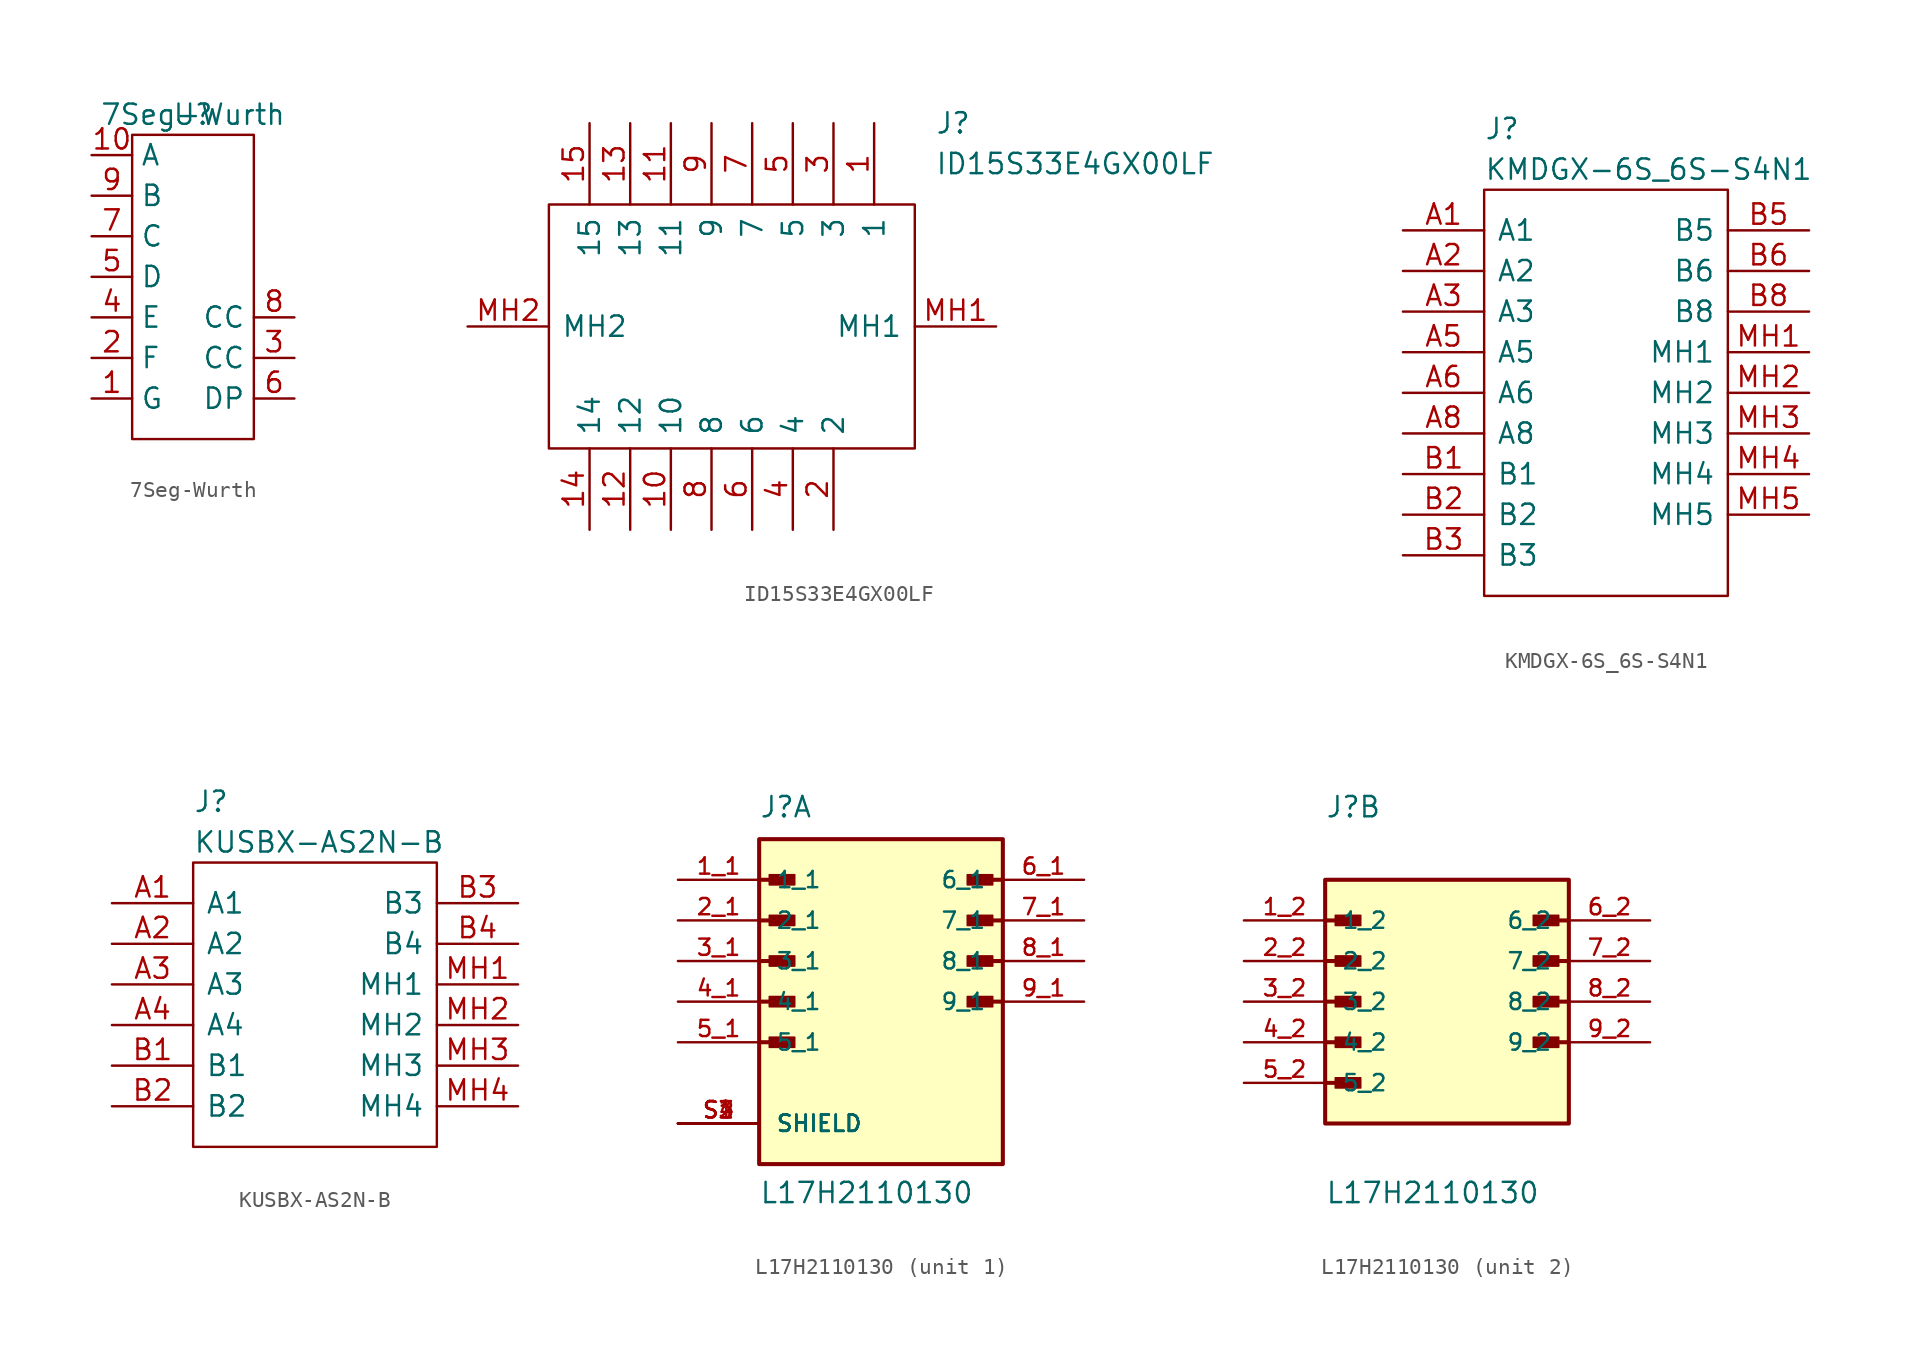
<source format=kicad_sym>
(kicad_symbol_lib
  (version 20211014)
  (generator kicad_symbol_editor)
  (symbol "7Seg-Wurth"
    (property "Reference" "U"
      (at 0 0 0)
      (effects (font (size 1.27 1.27))))
    (property "Value" "7Seg-Wurth"
      (at 0 0 0)
      (effects (font (size 1.27 1.27))))
    (symbol "7Seg-Wurth_0_1"
      (rectangle (start -3.81 -1.27) (end 3.81 -20.32) (stroke (width 0.152) (type default) (color 0 0 0 0)) (fill (type none))))
    (symbol "7Seg-Wurth_1_1"
      (pin input line (at -6.35 -17.78 0) (length 2.54) (name "G" (effects (font (size 1.27 1.27)))) (number "1" (effects (font (size 1.27 1.27)))))
      (pin input line (at -6.35 -2.54 0) (length 2.54) (name "A" (effects (font (size 1.27 1.27)))) (number "10" (effects (font (size 1.27 1.27)))))
      (pin input line (at -6.35 -15.24 0) (length 2.54) (name "F" (effects (font (size 1.27 1.27)))) (number "2" (effects (font (size 1.27 1.27)))))
      (pin input line (at 6.35 -15.24 180) (length 2.54) (name "CC" (effects (font (size 1.27 1.27)))) (number "3" (effects (font (size 1.27 1.27)))))
      (pin input line (at -6.35 -12.7 0) (length 2.54) (name "E" (effects (font (size 1.27 1.27)))) (number "4" (effects (font (size 1.27 1.27)))))
      (pin input line (at -6.35 -10.16 0) (length 2.54) (name "D" (effects (font (size 1.27 1.27)))) (number "5" (effects (font (size 1.27 1.27)))))
      (pin input line (at 6.35 -17.78 180) (length 2.54) (name "DP" (effects (font (size 1.27 1.27)))) (number "6" (effects (font (size 1.27 1.27)))))
      (pin input line (at -6.35 -7.62 0) (length 2.54) (name "C" (effects (font (size 1.27 1.27)))) (number "7" (effects (font (size 1.27 1.27)))))
      (pin input line (at 6.35 -12.7 180) (length 2.54) (name "CC" (effects (font (size 1.27 1.27)))) (number "8" (effects (font (size 1.27 1.27)))))
      (pin input line (at -6.35 -5.08 0) (length 2.54) (name "B" (effects (font (size 1.27 1.27)))) (number "9" (effects (font (size 1.27 1.27)))))))
  (symbol "ID15S33E4GX00LF"
    (pin_names
      (offset 0.762))
    (property "Reference" "J"
      (at 29.21 12.7 0)
      (effects (font (size 1.27 1.27)) (justify left)))
    (property "Value" "ID15S33E4GX00LF"
      (at 29.21 10.16 0)
      (effects (font (size 1.27 1.27)) (justify left)))
    (symbol "ID15S33E4GX00LF_0_0"
      (pin passive line (at 25.4 12.7 270) (length 5.08) (name "1" (effects (font (size 1.27 1.27)))) (number "1" (effects (font (size 1.27 1.27)))))
      (pin passive line (at 12.7 -12.7 90) (length 5.08) (name "10" (effects (font (size 1.27 1.27)))) (number "10" (effects (font (size 1.27 1.27)))))
      (pin passive line (at 12.7 12.7 270) (length 5.08) (name "11" (effects (font (size 1.27 1.27)))) (number "11" (effects (font (size 1.27 1.27)))))
      (pin passive line (at 10.16 -12.7 90) (length 5.08) (name "12" (effects (font (size 1.27 1.27)))) (number "12" (effects (font (size 1.27 1.27)))))
      (pin passive line (at 10.16 12.7 270) (length 5.08) (name "13" (effects (font (size 1.27 1.27)))) (number "13" (effects (font (size 1.27 1.27)))))
      (pin passive line (at 7.62 -12.7 90) (length 5.08) (name "14" (effects (font (size 1.27 1.27)))) (number "14" (effects (font (size 1.27 1.27)))))
      (pin passive line (at 7.62 12.7 270) (length 5.08) (name "15" (effects (font (size 1.27 1.27)))) (number "15" (effects (font (size 1.27 1.27)))))
      (pin passive line (at 22.86 -12.7 90) (length 5.08) (name "2" (effects (font (size 1.27 1.27)))) (number "2" (effects (font (size 1.27 1.27)))))
      (pin passive line (at 22.86 12.7 270) (length 5.08) (name "3" (effects (font (size 1.27 1.27)))) (number "3" (effects (font (size 1.27 1.27)))))
      (pin passive line (at 20.32 -12.7 90) (length 5.08) (name "4" (effects (font (size 1.27 1.27)))) (number "4" (effects (font (size 1.27 1.27)))))
      (pin passive line (at 20.32 12.7 270) (length 5.08) (name "5" (effects (font (size 1.27 1.27)))) (number "5" (effects (font (size 1.27 1.27)))))
      (pin passive line (at 17.78 -12.7 90) (length 5.08) (name "6" (effects (font (size 1.27 1.27)))) (number "6" (effects (font (size 1.27 1.27)))))
      (pin passive line (at 17.78 12.7 270) (length 5.08) (name "7" (effects (font (size 1.27 1.27)))) (number "7" (effects (font (size 1.27 1.27)))))
      (pin passive line (at 15.24 -12.7 90) (length 5.08) (name "8" (effects (font (size 1.27 1.27)))) (number "8" (effects (font (size 1.27 1.27)))))
      (pin passive line (at 15.24 12.7 270) (length 5.08) (name "9" (effects (font (size 1.27 1.27)))) (number "9" (effects (font (size 1.27 1.27)))))
      (pin passive line (at 33.02 0 180) (length 5.08) (name "MH1" (effects (font (size 1.27 1.27)))) (number "MH1" (effects (font (size 1.27 1.27)))))
      (pin passive line (at 0 0 0) (length 5.08) (name "MH2" (effects (font (size 1.27 1.27)))) (number "MH2" (effects (font (size 1.27 1.27))))))
    (symbol "ID15S33E4GX00LF_0_1"
      (polyline (pts (xy 5.08 7.62) (xy 27.94 7.62) (xy 27.94 -7.62) (xy 5.08 -7.62) (xy 5.08 7.62)) (stroke (width 0.152) (type default) (color 0 0 0 0)) (fill (type none)))))
  (symbol "KMDGX-6S_6S-S4N1"
    (pin_names
      (offset 0.762))
    (property "Reference" "J"
      (at 5.08 6.35 0)
      (effects (font (size 1.27 1.27)) (justify left)))
    (property "Value" "KMDGX-6S_6S-S4N1"
      (at 5.08 3.81 0)
      (effects (font (size 1.27 1.27)) (justify left)))
    (symbol "KMDGX-6S_6S-S4N1_0_0"
      (pin passive line (at 0 0 0) (length 5.08) (name "A1" (effects (font (size 1.27 1.27)))) (number "A1" (effects (font (size 1.27 1.27)))))
      (pin passive line (at 0 -2.54 0) (length 5.08) (name "A2" (effects (font (size 1.27 1.27)))) (number "A2" (effects (font (size 1.27 1.27)))))
      (pin passive line (at 0 -5.08 0) (length 5.08) (name "A3" (effects (font (size 1.27 1.27)))) (number "A3" (effects (font (size 1.27 1.27)))))
      (pin passive line (at 0 -7.62 0) (length 5.08) (name "A5" (effects (font (size 1.27 1.27)))) (number "A5" (effects (font (size 1.27 1.27)))))
      (pin passive line (at 0 -10.16 0) (length 5.08) (name "A6" (effects (font (size 1.27 1.27)))) (number "A6" (effects (font (size 1.27 1.27)))))
      (pin passive line (at 0 -12.7 0) (length 5.08) (name "A8" (effects (font (size 1.27 1.27)))) (number "A8" (effects (font (size 1.27 1.27)))))
      (pin passive line (at 0 -15.24 0) (length 5.08) (name "B1" (effects (font (size 1.27 1.27)))) (number "B1" (effects (font (size 1.27 1.27)))))
      (pin passive line (at 0 -17.78 0) (length 5.08) (name "B2" (effects (font (size 1.27 1.27)))) (number "B2" (effects (font (size 1.27 1.27)))))
      (pin passive line (at 0 -20.32 0) (length 5.08) (name "B3" (effects (font (size 1.27 1.27)))) (number "B3" (effects (font (size 1.27 1.27)))))
      (pin passive line (at 25.4 0 180) (length 5.08) (name "B5" (effects (font (size 1.27 1.27)))) (number "B5" (effects (font (size 1.27 1.27)))))
      (pin passive line (at 25.4 -2.54 180) (length 5.08) (name "B6" (effects (font (size 1.27 1.27)))) (number "B6" (effects (font (size 1.27 1.27)))))
      (pin passive line (at 25.4 -5.08 180) (length 5.08) (name "B8" (effects (font (size 1.27 1.27)))) (number "B8" (effects (font (size 1.27 1.27)))))
      (pin passive line (at 25.4 -7.62 180) (length 5.08) (name "MH1" (effects (font (size 1.27 1.27)))) (number "MH1" (effects (font (size 1.27 1.27)))))
      (pin passive line (at 25.4 -10.16 180) (length 5.08) (name "MH2" (effects (font (size 1.27 1.27)))) (number "MH2" (effects (font (size 1.27 1.27)))))
      (pin passive line (at 25.4 -12.7 180) (length 5.08) (name "MH3" (effects (font (size 1.27 1.27)))) (number "MH3" (effects (font (size 1.27 1.27)))))
      (pin passive line (at 25.4 -15.24 180) (length 5.08) (name "MH4" (effects (font (size 1.27 1.27)))) (number "MH4" (effects (font (size 1.27 1.27)))))
      (pin passive line (at 25.4 -17.78 180) (length 5.08) (name "MH5" (effects (font (size 1.27 1.27)))) (number "MH5" (effects (font (size 1.27 1.27))))))
    (symbol "KMDGX-6S_6S-S4N1_0_1"
      (polyline (pts (xy 5.08 2.54) (xy 20.32 2.54) (xy 20.32 -22.86) (xy 5.08 -22.86) (xy 5.08 2.54)) (stroke (width 0.152) (type default) (color 0 0 0 0)) (fill (type none)))))
  (symbol "KUSBX-AS2N-B"
    (pin_names
      (offset 0.762))
    (property "Reference" "J"
      (at 5.08 6.35 0)
      (effects (font (size 1.27 1.27)) (justify left)))
    (property "Value" "KUSBX-AS2N-B"
      (at 5.08 3.81 0)
      (effects (font (size 1.27 1.27)) (justify left)))
    (symbol "KUSBX-AS2N-B_0_0"
      (pin passive line (at 0 0 0) (length 5.08) (name "A1" (effects (font (size 1.27 1.27)))) (number "A1" (effects (font (size 1.27 1.27)))))
      (pin passive line (at 0 -2.54 0) (length 5.08) (name "A2" (effects (font (size 1.27 1.27)))) (number "A2" (effects (font (size 1.27 1.27)))))
      (pin passive line (at 0 -5.08 0) (length 5.08) (name "A3" (effects (font (size 1.27 1.27)))) (number "A3" (effects (font (size 1.27 1.27)))))
      (pin passive line (at 0 -7.62 0) (length 5.08) (name "A4" (effects (font (size 1.27 1.27)))) (number "A4" (effects (font (size 1.27 1.27)))))
      (pin passive line (at 0 -10.16 0) (length 5.08) (name "B1" (effects (font (size 1.27 1.27)))) (number "B1" (effects (font (size 1.27 1.27)))))
      (pin passive line (at 0 -12.7 0) (length 5.08) (name "B2" (effects (font (size 1.27 1.27)))) (number "B2" (effects (font (size 1.27 1.27)))))
      (pin passive line (at 25.4 0 180) (length 5.08) (name "B3" (effects (font (size 1.27 1.27)))) (number "B3" (effects (font (size 1.27 1.27)))))
      (pin passive line (at 25.4 -2.54 180) (length 5.08) (name "B4" (effects (font (size 1.27 1.27)))) (number "B4" (effects (font (size 1.27 1.27)))))
      (pin passive line (at 25.4 -5.08 180) (length 5.08) (name "MH1" (effects (font (size 1.27 1.27)))) (number "MH1" (effects (font (size 1.27 1.27)))))
      (pin passive line (at 25.4 -7.62 180) (length 5.08) (name "MH2" (effects (font (size 1.27 1.27)))) (number "MH2" (effects (font (size 1.27 1.27)))))
      (pin passive line (at 25.4 -10.16 180) (length 5.08) (name "MH3" (effects (font (size 1.27 1.27)))) (number "MH3" (effects (font (size 1.27 1.27)))))
      (pin passive line (at 25.4 -12.7 180) (length 5.08) (name "MH4" (effects (font (size 1.27 1.27)))) (number "MH4" (effects (font (size 1.27 1.27))))))
    (symbol "KUSBX-AS2N-B_0_1"
      (polyline (pts (xy 5.08 2.54) (xy 20.32 2.54) (xy 20.32 -15.24) (xy 5.08 -15.24) (xy 5.08 2.54)) (stroke (width 0.152) (type default) (color 0 0 0 0)) (fill (type none)))))
  (symbol "L17H2110130"
    (pin_names
      (offset 1.016))
    (property "Reference" "J"
      (at -7.62 11.43 0)
      (effects (font (size 1.27 1.27)) (justify left bottom)))
    (property "Value" "L17H2110130"
      (at -7.62 -12.7 0)
      (effects (font (size 1.27 1.27)) (justify left bottom)))
    (symbol "L17H2110130_1_0"
      (rectangle (start -7.62 -10.16) (end 7.62 10.16) (stroke (width 0.254) (type default) (color 0 0 0 0)) (fill (type background)))
      (rectangle (start -6.985 -2.857) (end -5.397 -2.223) (stroke (width 0.1) (type default) (color 0 0 0 0)) (fill (type outline)))
      (rectangle (start -6.985 -0.318) (end -5.397 0.318) (stroke (width 0.1) (type default) (color 0 0 0 0)) (fill (type outline)))
      (rectangle (start -6.985 2.223) (end -5.397 2.857) (stroke (width 0.1) (type default) (color 0 0 0 0)) (fill (type outline)))
      (rectangle (start -6.985 4.763) (end -5.397 5.397) (stroke (width 0.1) (type default) (color 0 0 0 0)) (fill (type outline)))
      (rectangle (start -6.985 7.303) (end -5.397 7.938) (stroke (width 0.1) (type default) (color 0 0 0 0)) (fill (type outline)))
      (polyline (pts (xy -7.62 -2.54) (xy -5.715 -2.54)) (stroke (width 0.254) (type default) (color 0 0 0 0)) (fill (type none)))
      (polyline (pts (xy -7.62 0) (xy -5.715 0)) (stroke (width 0.254) (type default) (color 0 0 0 0)) (fill (type none)))
      (polyline (pts (xy -7.62 2.54) (xy -5.715 2.54)) (stroke (width 0.254) (type default) (color 0 0 0 0)) (fill (type none)))
      (polyline (pts (xy -7.62 5.08) (xy -5.715 5.08)) (stroke (width 0.254) (type default) (color 0 0 0 0)) (fill (type none)))
      (polyline (pts (xy -7.62 7.62) (xy -5.715 7.62)) (stroke (width 0.254) (type default) (color 0 0 0 0)) (fill (type none)))
      (polyline (pts (xy 7.62 0) (xy 5.715 0)) (stroke (width 0.254) (type default) (color 0 0 0 0)) (fill (type none)))
      (polyline (pts (xy 7.62 2.54) (xy 5.715 2.54)) (stroke (width 0.254) (type default) (color 0 0 0 0)) (fill (type none)))
      (polyline (pts (xy 7.62 5.08) (xy 5.715 5.08)) (stroke (width 0.254) (type default) (color 0 0 0 0)) (fill (type none)))
      (polyline (pts (xy 7.62 7.62) (xy 5.715 7.62)) (stroke (width 0.254) (type default) (color 0 0 0 0)) (fill (type none)))
      (rectangle (start 5.397 -0.318) (end 6.985 0.318) (stroke (width 0.1) (type default) (color 0 0 0 0)) (fill (type outline)))
      (rectangle (start 5.397 2.223) (end 6.985 2.857) (stroke (width 0.1) (type default) (color 0 0 0 0)) (fill (type outline)))
      (rectangle (start 5.397 4.763) (end 6.985 5.397) (stroke (width 0.1) (type default) (color 0 0 0 0)) (fill (type outline)))
      (rectangle (start 5.397 7.303) (end 6.985 7.938) (stroke (width 0.1) (type default) (color 0 0 0 0)) (fill (type outline)))
      (pin passive line (at -12.7 7.62 0) (length 5.08) (name "1_1" (effects (font (size 1.016 1.016)))) (number "1_1" (effects (font (size 1.016 1.016)))))
      (pin passive line (at -12.7 5.08 0) (length 5.08) (name "2_1" (effects (font (size 1.016 1.016)))) (number "2_1" (effects (font (size 1.016 1.016)))))
      (pin passive line (at -12.7 2.54 0) (length 5.08) (name "3_1" (effects (font (size 1.016 1.016)))) (number "3_1" (effects (font (size 1.016 1.016)))))
      (pin passive line (at -12.7 0 0) (length 5.08) (name "4_1" (effects (font (size 1.016 1.016)))) (number "4_1" (effects (font (size 1.016 1.016)))))
      (pin passive line (at -12.7 -2.54 0) (length 5.08) (name "5_1" (effects (font (size 1.016 1.016)))) (number "5_1" (effects (font (size 1.016 1.016)))))
      (pin passive line (at 12.7 7.62 180) (length 5.08) (name "6_1" (effects (font (size 1.016 1.016)))) (number "6_1" (effects (font (size 1.016 1.016)))))
      (pin passive line (at 12.7 5.08 180) (length 5.08) (name "7_1" (effects (font (size 1.016 1.016)))) (number "7_1" (effects (font (size 1.016 1.016)))))
      (pin passive line (at 12.7 2.54 180) (length 5.08) (name "8_1" (effects (font (size 1.016 1.016)))) (number "8_1" (effects (font (size 1.016 1.016)))))
      (pin passive line (at 12.7 0 180) (length 5.08) (name "9_1" (effects (font (size 1.016 1.016)))) (number "9_1" (effects (font (size 1.016 1.016)))))
      (pin passive line (at -12.7 -7.62 0) (length 5.08) (name "SHIELD" (effects (font (size 1.016 1.016)))) (number "S1" (effects (font (size 1.016 1.016)))))
      (pin passive line (at -12.7 -7.62 0) (length 5.08) (name "SHIELD" (effects (font (size 1.016 1.016)))) (number "S2" (effects (font (size 1.016 1.016)))))
      (pin passive line (at -12.7 -7.62 0) (length 5.08) (name "SHIELD" (effects (font (size 1.016 1.016)))) (number "S3" (effects (font (size 1.016 1.016)))))
      (pin passive line (at -12.7 -7.62 0) (length 5.08) (name "SHIELD" (effects (font (size 1.016 1.016)))) (number "S4" (effects (font (size 1.016 1.016))))))
    (symbol "L17H2110130_2_0"
      (rectangle (start -7.62 -7.62) (end 7.62 7.62) (stroke (width 0.254) (type default) (color 0 0 0 0)) (fill (type background)))
      (rectangle (start -6.985 -5.397) (end -5.397 -4.763) (stroke (width 0.1) (type default) (color 0 0 0 0)) (fill (type outline)))
      (rectangle (start -6.985 -2.857) (end -5.397 -2.223) (stroke (width 0.1) (type default) (color 0 0 0 0)) (fill (type outline)))
      (rectangle (start -6.985 -0.318) (end -5.397 0.318) (stroke (width 0.1) (type default) (color 0 0 0 0)) (fill (type outline)))
      (rectangle (start -6.985 2.223) (end -5.397 2.857) (stroke (width 0.1) (type default) (color 0 0 0 0)) (fill (type outline)))
      (rectangle (start -6.985 4.763) (end -5.397 5.397) (stroke (width 0.1) (type default) (color 0 0 0 0)) (fill (type outline)))
      (polyline (pts (xy -7.62 -5.08) (xy -5.715 -5.08)) (stroke (width 0.254) (type default) (color 0 0 0 0)) (fill (type none)))
      (polyline (pts (xy -7.62 -2.54) (xy -5.715 -2.54)) (stroke (width 0.254) (type default) (color 0 0 0 0)) (fill (type none)))
      (polyline (pts (xy -7.62 0) (xy -5.715 0)) (stroke (width 0.254) (type default) (color 0 0 0 0)) (fill (type none)))
      (polyline (pts (xy -7.62 2.54) (xy -5.715 2.54)) (stroke (width 0.254) (type default) (color 0 0 0 0)) (fill (type none)))
      (polyline (pts (xy -7.62 5.08) (xy -5.715 5.08)) (stroke (width 0.254) (type default) (color 0 0 0 0)) (fill (type none)))
      (polyline (pts (xy 7.62 -2.54) (xy 5.715 -2.54)) (stroke (width 0.254) (type default) (color 0 0 0 0)) (fill (type none)))
      (polyline (pts (xy 7.62 0) (xy 5.715 0)) (stroke (width 0.254) (type default) (color 0 0 0 0)) (fill (type none)))
      (polyline (pts (xy 7.62 2.54) (xy 5.715 2.54)) (stroke (width 0.254) (type default) (color 0 0 0 0)) (fill (type none)))
      (polyline (pts (xy 7.62 5.08) (xy 5.715 5.08)) (stroke (width 0.254) (type default) (color 0 0 0 0)) (fill (type none)))
      (rectangle (start 5.397 -2.857) (end 6.985 -2.223) (stroke (width 0.1) (type default) (color 0 0 0 0)) (fill (type outline)))
      (rectangle (start 5.397 -0.318) (end 6.985 0.318) (stroke (width 0.1) (type default) (color 0 0 0 0)) (fill (type outline)))
      (rectangle (start 5.397 2.223) (end 6.985 2.857) (stroke (width 0.1) (type default) (color 0 0 0 0)) (fill (type outline)))
      (rectangle (start 5.397 4.763) (end 6.985 5.397) (stroke (width 0.1) (type default) (color 0 0 0 0)) (fill (type outline)))
      (pin passive line (at -12.7 5.08 0) (length 5.08) (name "1_2" (effects (font (size 1.016 1.016)))) (number "1_2" (effects (font (size 1.016 1.016)))))
      (pin passive line (at -12.7 2.54 0) (length 5.08) (name "2_2" (effects (font (size 1.016 1.016)))) (number "2_2" (effects (font (size 1.016 1.016)))))
      (pin passive line (at -12.7 0 0) (length 5.08) (name "3_2" (effects (font (size 1.016 1.016)))) (number "3_2" (effects (font (size 1.016 1.016)))))
      (pin passive line (at -12.7 -2.54 0) (length 5.08) (name "4_2" (effects (font (size 1.016 1.016)))) (number "4_2" (effects (font (size 1.016 1.016)))))
      (pin passive line (at -12.7 -5.08 0) (length 5.08) (name "5_2" (effects (font (size 1.016 1.016)))) (number "5_2" (effects (font (size 1.016 1.016)))))
      (pin passive line (at 12.7 5.08 180) (length 5.08) (name "6_2" (effects (font (size 1.016 1.016)))) (number "6_2" (effects (font (size 1.016 1.016)))))
      (pin passive line (at 12.7 2.54 180) (length 5.08) (name "7_2" (effects (font (size 1.016 1.016)))) (number "7_2" (effects (font (size 1.016 1.016)))))
      (pin passive line (at 12.7 0 180) (length 5.08) (name "8_2" (effects (font (size 1.016 1.016)))) (number "8_2" (effects (font (size 1.016 1.016)))))
      (pin passive line (at 12.7 -2.54 180) (length 5.08) (name "9_2" (effects (font (size 1.016 1.016)))) (number "9_2" (effects (font (size 1.016 1.016))))))))
</source>
